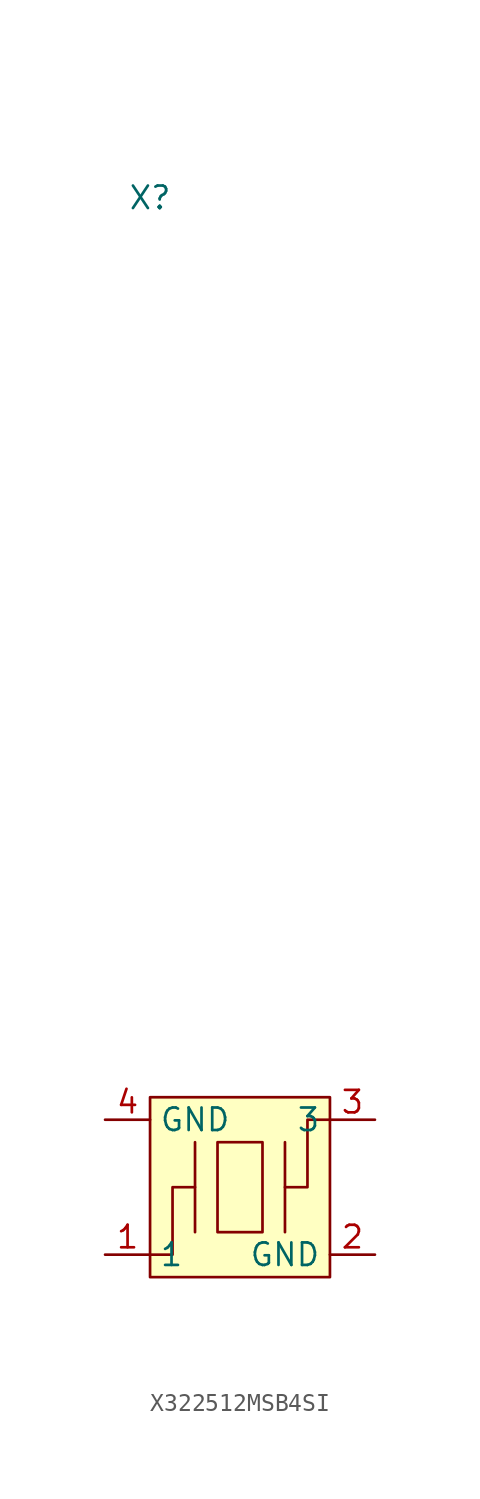
<source format=kicad_sym>
(kicad_symbol_lib
  (version 20231120)
  (generator "kicad_symbol_editor")
  (generator_version "8.0")
  (symbol "X322512MSB4SI"
    (property "Reference" "X"
      (at -5.08 55.88 0)
      (effects (font (size 1.27 1.27))))
    (property "Value" ""
      (at 0 0 0)
      (effects (font (size 1.27 1.27))))
    (symbol "X322512MSB4SI_0_1"
      (rectangle (start -1.27 2.54) (end 1.27 -2.54) (stroke (width 0) (type default)) (fill (type none)))
      (polyline (pts (xy -2.54 2.54) (xy -2.54 -2.54)) (stroke (width 0) (type default)) (fill (type none)))
      (polyline (pts (xy 2.54 2.54) (xy 2.54 -2.54)) (stroke (width 0) (type default)) (fill (type none)))
      (polyline (pts (xy -2.54 0) (xy -3.81 0) (xy -3.81 -3.81) (xy -5.08 -3.81)) (stroke (width 0) (type default)) (fill (type none)))
      (polyline (pts (xy 2.54 0) (xy 3.81 0) (xy 3.81 3.81) (xy 5.08 3.81)) (stroke (width 0) (type default)) (fill (type none))))
    (symbol "X322512MSB4SI_1_1"
      (rectangle (start -5.08 5.08) (end 5.08 -5.08) (stroke (width 0) (type default)) (fill (type background)))
      (pin input line (at -7.62 -3.81 0) (length 2.54) (name "1" (effects (font (size 1.27 1.27)))) (number "1" (effects (font (size 1.27 1.27)))))
      (pin input line (at 7.62 -3.81 180) (length 2.54) (name "GND" (effects (font (size 1.27 1.27)))) (number "2" (effects (font (size 1.27 1.27)))))
      (pin input line (at 7.62 3.81 180) (length 2.54) (name "3" (effects (font (size 1.27 1.27)))) (number "3" (effects (font (size 1.27 1.27)))))
      (pin input line (at -7.62 3.81 0) (length 2.54) (name "GND" (effects (font (size 1.27 1.27)))) (number "4" (effects (font (size 1.27 1.27))))))))
</source>
